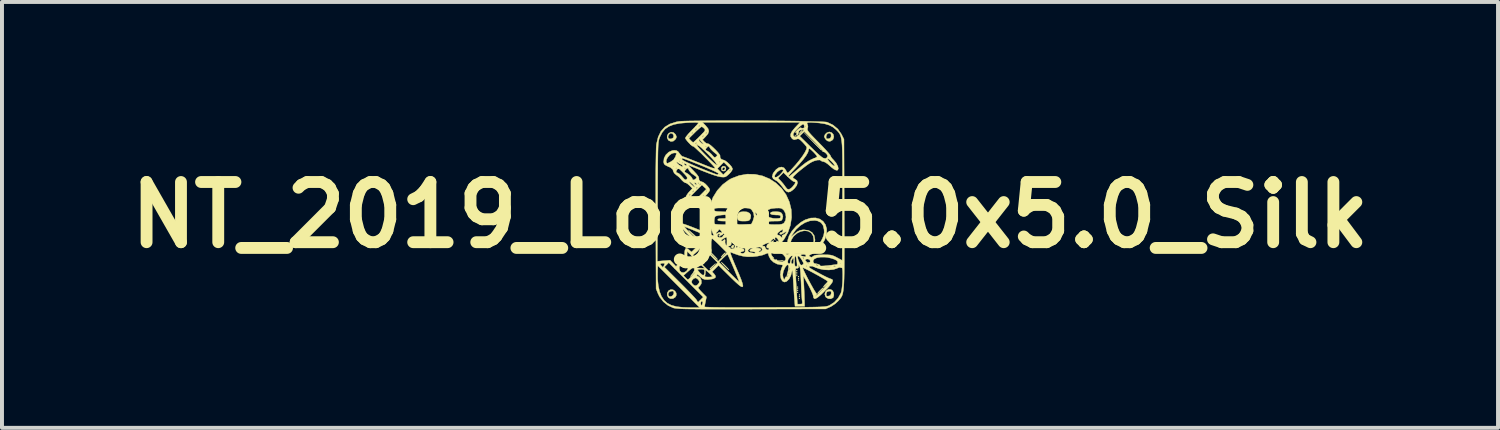
<source format=kicad_pcb>
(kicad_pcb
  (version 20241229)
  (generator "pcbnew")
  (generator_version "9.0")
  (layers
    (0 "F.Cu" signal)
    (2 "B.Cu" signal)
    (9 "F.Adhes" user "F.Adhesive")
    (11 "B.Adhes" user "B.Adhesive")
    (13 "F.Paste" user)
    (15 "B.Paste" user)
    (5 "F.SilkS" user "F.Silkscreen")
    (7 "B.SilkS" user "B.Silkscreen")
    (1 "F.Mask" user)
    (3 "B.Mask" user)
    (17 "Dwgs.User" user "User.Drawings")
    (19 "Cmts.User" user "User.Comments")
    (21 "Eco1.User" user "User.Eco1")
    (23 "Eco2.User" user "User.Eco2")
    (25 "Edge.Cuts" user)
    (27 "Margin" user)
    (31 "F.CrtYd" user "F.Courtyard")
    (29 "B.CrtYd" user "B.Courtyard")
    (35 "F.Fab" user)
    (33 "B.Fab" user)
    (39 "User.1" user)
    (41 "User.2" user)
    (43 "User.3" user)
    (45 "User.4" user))
  (footprint "NT_2019_Logo_5.0x5.0_Silk"
    (layer "F.Cu")
    (at 15.937 2.392)
    (property "Reference" "NT_2019_Logo_5.0x5.0_Silk" (at 0 0 0) (layer "F.SilkS") (effects (font (size 1.524 1.524) (thickness 0.3))))
    (attr through_hole)
    (fp_poly (pts (xy -1.482 1.073) (xy -1.493 1.084) (xy -1.505 1.073) (xy -1.493 1.062) (xy -1.482 1.073)) (stroke (width 0.01) (type solid)) (fill yes) (layer "F.SilkS"))
    (fp_poly (pts (xy 1.195 1.405) (xy 1.184 1.416) (xy 1.173 1.405) (xy 1.184 1.394) (xy 1.195 1.405)) (stroke (width 0.01) (type solid)) (fill yes) (layer "F.SilkS"))
    (fp_poly (pts (xy 1.195 1.449) (xy 1.184 1.46) (xy 1.173 1.449) (xy 1.184 1.438) (xy 1.195 1.449)) (stroke (width 0.01) (type solid)) (fill yes) (layer "F.SilkS"))
    (fp_poly (pts (xy 1.195 1.493) (xy 1.184 1.505) (xy 1.173 1.493) (xy 1.184 1.482) (xy 1.195 1.493)) (stroke (width 0.01) (type solid)) (fill yes) (layer "F.SilkS"))
    (fp_poly (pts (xy 1.195 1.538) (xy 1.184 1.549) (xy 1.173 1.538) (xy 1.184 1.527) (xy 1.195 1.538)) (stroke (width 0.01) (type solid)) (fill yes) (layer "F.SilkS"))
    (fp_poly (pts (xy 1.217 1.825) (xy 1.206 1.836) (xy 1.195 1.825) (xy 1.206 1.814) (xy 1.217 1.825)) (stroke (width 0.01) (type solid)) (fill yes) (layer "F.SilkS"))
    (fp_poly (pts (xy 1.217 1.87) (xy 1.206 1.881) (xy 1.195 1.87) (xy 1.206 1.859) (xy 1.217 1.87)) (stroke (width 0.01) (type solid)) (fill yes) (layer "F.SilkS"))
    (fp_poly (pts (xy 1.217 1.914) (xy 1.206 1.925) (xy 1.195 1.914) (xy 1.206 1.903) (xy 1.217 1.914)) (stroke (width 0.01) (type solid)) (fill yes) (layer "F.SilkS"))
    (fp_poly (pts (xy 1.217 1.958) (xy 1.206 1.969) (xy 1.195 1.958) (xy 1.206 1.947) (xy 1.217 1.958)) (stroke (width 0.01) (type solid)) (fill yes) (layer "F.SilkS"))
    (fp_poly (pts (xy 1.239 1.56) (xy 1.228 1.571) (xy 1.217 1.56) (xy 1.228 1.549) (xy 1.239 1.56)) (stroke (width 0.01) (type solid)) (fill yes) (layer "F.SilkS"))
    (fp_poly (pts (xy 1.239 1.604) (xy 1.228 1.615) (xy 1.217 1.604) (xy 1.228 1.593) (xy 1.239 1.604)) (stroke (width 0.01) (type solid)) (fill yes) (layer "F.SilkS"))
    (fp_poly (pts (xy 1.239 1.648) (xy 1.228 1.659) (xy 1.217 1.648) (xy 1.228 1.637) (xy 1.239 1.648)) (stroke (width 0.01) (type solid)) (fill yes) (layer "F.SilkS"))
    (fp_poly (pts (xy 1.261 2.024) (xy 1.25 2.036) (xy 1.239 2.024) (xy 1.25 2.013) (xy 1.261 2.024)) (stroke (width 0.01) (type solid)) (fill yes) (layer "F.SilkS"))
    (fp_poly (pts (xy 1.261 2.069) (xy 1.25 2.08) (xy 1.239 2.069) (xy 1.25 2.058) (xy 1.261 2.069)) (stroke (width 0.01) (type solid)) (fill yes) (layer "F.SilkS"))
    (fp_poly (pts (xy 1.261 2.113) (xy 1.25 2.124) (xy 1.239 2.113) (xy 1.25 2.102) (xy 1.261 2.113)) (stroke (width 0.01) (type solid)) (fill yes) (layer "F.SilkS"))
    (fp_poly (pts (xy 1.165 -2.006) (xy 1.162 -1.993) (xy 1.151 -1.991) (xy 1.132 -1.999) (xy 1.136 -2.006) (xy 1.162 -2.009) (xy 1.165 -2.006)) (stroke (width 0.01) (type solid)) (fill yes) (layer "F.SilkS"))
    (fp_poly (pts (xy 0.641 0.703) (xy 0.642 0.708) (xy 0.625 0.729) (xy 0.618 0.73) (xy 0.605 0.717) (xy 0.608 0.708) (xy 0.628 0.687) (xy 0.632 0.686) (xy 0.641 0.703)) (stroke (width 0.01) (type solid)) (fill yes) (layer "F.SilkS"))
    (fp_poly (pts (xy 1.319 -2.132) (xy 1.294 -2.102) (xy 1.261 -2.069) (xy 1.243 -2.058) (xy 1.248 -2.071) (xy 1.272 -2.102) (xy 1.305 -2.135) (xy 1.323 -2.146) (xy 1.319 -2.132)) (stroke (width 0.01) (type solid)) (fill yes) (layer "F.SilkS"))
    (fp_poly (pts (xy -0.939 1.3) (xy -0.986 1.35) (xy -1.011 1.37) (xy -1.018 1.365) (xy -1.018 1.365) (xy -1.003 1.347) (xy -0.966 1.311) (xy -0.946 1.293) (xy -0.874 1.228) (xy -0.939 1.3)) (stroke (width 0.01) (type solid)) (fill yes) (layer "F.SilkS"))
    (fp_poly (pts (xy -0.414 0.766) (xy -0.409 0.795) (xy -0.424 0.829) (xy -0.444 0.841) (xy -0.471 0.825) (xy -0.474 0.821) (xy -0.471 0.795) (xy -0.447 0.77) (xy -0.42 0.762) (xy -0.414 0.766)) (stroke (width 0.01) (type solid)) (fill yes) (layer "F.SilkS"))
    (fp_poly (pts (xy -0.708 1.209) (xy -0.667 1.247) (xy -0.62 1.294) (xy -0.571 1.345) (xy -0.54 1.381) (xy -0.533 1.394) (xy -0.553 1.379) (xy -0.594 1.341) (xy -0.642 1.294) (xy -0.69 1.243) (xy -0.721 1.207) (xy -0.728 1.195) (xy -0.708 1.209)) (stroke (width 0.01) (type solid)) (fill yes) (layer "F.SilkS"))
    (fp_poly (pts (xy -0.629 0.965) (xy -0.657 0.999) (xy -0.664 1.007) (xy -0.702 1.044) (xy -0.725 1.062) (xy -0.727 1.062) (xy -0.721 1.048) (xy -0.693 1.014) (xy -0.686 1.007) (xy -0.648 0.969) (xy -0.624 0.952) (xy -0.623 0.951) (xy -0.629 0.965)) (stroke (width 0.01) (type solid)) (fill yes) (layer "F.SilkS"))
    (fp_poly (pts (xy 1.849 1.85) (xy 1.818 1.886) (xy 1.792 1.914) (xy 1.746 1.959) (xy 1.714 1.987) (xy 1.706 1.991) (xy 1.713 1.977) (xy 1.744 1.941) (xy 1.77 1.914) (xy 1.816 1.869) (xy 1.848 1.841) (xy 1.856 1.836) (xy 1.849 1.85)) (stroke (width 0.01) (type solid)) (fill yes) (layer "F.SilkS"))
    (fp_poly (pts (xy 1.587 -1.87) (xy 1.68 -1.78) (xy 1.744 -1.717) (xy 1.785 -1.675) (xy 1.806 -1.651) (xy 1.812 -1.64) (xy 1.808 -1.637) (xy 1.792 -1.652) (xy 1.75 -1.693) (xy 1.688 -1.755) (xy 1.613 -1.832) (xy 1.582 -1.864) (xy 1.361 -2.091) (xy 1.587 -1.87)) (stroke (width 0.01) (type solid)) (fill yes) (layer "F.SilkS"))
    (fp_poly (pts (xy -1.535 0.4) (xy -1.516 0.415) (xy -1.441 0.479) (xy -1.368 0.546) (xy -1.302 0.611) (xy -1.252 0.666) (xy -1.223 0.704) (xy -1.219 0.718) (xy -1.238 0.707) (xy -1.281 0.67) (xy -1.342 0.612) (xy -1.416 0.539) (xy -1.428 0.526) (xy -1.503 0.449) (xy -1.545 0.403) (xy -1.556 0.386) (xy -1.535 0.4)) (stroke (width 0.01) (type solid)) (fill yes) (layer "F.SilkS"))
    (fp_poly (pts (xy -1.13 0.811) (xy -1.087 0.851) (xy -1.027 0.909) (xy -0.974 0.962) (xy -0.907 1.03) (xy -0.856 1.085) (xy -0.825 1.119) (xy -0.82 1.128) (xy -0.839 1.114) (xy -0.882 1.074) (xy -0.942 1.015) (xy -0.996 0.962) (xy -1.062 0.895) (xy -1.113 0.84) (xy -1.144 0.806) (xy -1.149 0.797) (xy -1.13 0.811)) (stroke (width 0.01) (type solid)) (fill yes) (layer "F.SilkS"))
    (fp_poly (pts (xy -0.074 -0.077) (xy -0.009 -0.044) (xy 0.021 0.01) (xy 0.013 0.081) (xy -0.001 0.112) (xy -0.022 0.137) (xy -0.061 0.15) (xy -0.128 0.155) (xy -0.156 0.155) (xy -0.231 0.153) (xy -0.275 0.145) (xy -0.3 0.125) (xy -0.315 0.098) (xy -0.329 0.044) (xy -0.314 -0.007) (xy -0.308 -0.019) (xy -0.279 -0.056) (xy -0.238 -0.076) (xy -0.168 -0.084) (xy -0.074 -0.077)) (stroke (width 0.01) (type solid)) (fill yes) (layer "F.SilkS"))
    (fp_poly (pts (xy -0.619 -1.216) (xy -0.608 -1.173) (xy -0.621 -1.127) (xy -0.658 -1.11) (xy -0.705 -1.118) (xy -0.722 -1.138) (xy -0.724 -1.165) (xy -0.704 -1.165) (xy -0.7 -1.134) (xy -0.671 -1.132) (xy -0.637 -1.154) (xy -0.631 -1.173) (xy -0.644 -1.201) (xy -0.673 -1.203) (xy -0.699 -1.18) (xy -0.704 -1.165) (xy -0.724 -1.165) (xy -0.726 -1.193) (xy -0.7 -1.228) (xy -0.658 -1.235) (xy -0.619 -1.216)) (stroke (width 0.01) (type solid)) (fill yes) (layer "F.SilkS"))
    (fp_poly (pts (xy -1.947 1.894) (xy -1.899 1.927) (xy -1.869 1.976) (xy -1.866 2.032) (xy -1.891 2.079) (xy -1.95 2.117) (xy -2.016 2.119) (xy -2.067 2.089) (xy -2.097 2.032) (xy -2.07 2.032) (xy -2.043 2.063) (xy -2.002 2.065) (xy -1.96 2.043) (xy -1.933 2.001) (xy -1.929 1.984) (xy -1.93 1.941) (xy -1.956 1.926) (xy -1.976 1.925) (xy -2.036 1.941) (xy -2.07 1.982) (xy -2.07 2.032) (xy -2.097 2.032) (xy -2.098 2.031) (xy -2.092 1.965) (xy -2.057 1.913) (xy -2.002 1.887) (xy -1.947 1.894)) (stroke (width 0.01) (type solid)) (fill yes) (layer "F.SilkS"))
    (fp_poly (pts (xy -1.937 -2.087) (xy -1.887 -2.04) (xy -1.883 -2.033) (xy -1.863 -1.986) (xy -1.869 -1.949) (xy -1.888 -1.916) (xy -1.94 -1.87) (xy -2.003 -1.86) (xy -2.063 -1.889) (xy -2.067 -1.893) (xy -2.098 -1.952) (xy -2.095 -1.987) (xy -2.075 -1.987) (xy -2.069 -1.947) (xy -2.033 -1.925) (xy -1.985 -1.929) (xy -1.945 -1.954) (xy -1.935 -1.972) (xy -1.936 -2.022) (xy -1.964 -2.06) (xy -2.008 -2.071) (xy -2.02 -2.067) (xy -2.056 -2.035) (xy -2.075 -1.987) (xy -2.095 -1.987) (xy -2.093 -2.018) (xy -2.059 -2.067) (xy -1.999 -2.097) (xy -1.937 -2.087)) (stroke (width 0.01) (type solid)) (fill yes) (layer "F.SilkS"))
    (fp_poly (pts (xy 2.049 1.888) (xy 2.089 1.915) (xy 2.117 1.967) (xy 2.122 2.032) (xy 2.106 2.088) (xy 2.097 2.097) (xy 2.044 2.123) (xy 1.981 2.119) (xy 1.926 2.087) (xy 1.914 2.072) (xy 1.904 2.042) (xy 1.928 2.042) (xy 1.95 2.056) (xy 1.984 2.054) (xy 2.032 2.039) (xy 2.052 1.999) (xy 2.054 1.984) (xy 2.054 1.94) (xy 2.032 1.927) (xy 1.998 1.929) (xy 1.951 1.944) (xy 1.931 1.984) (xy 1.929 1.998) (xy 1.928 2.042) (xy 1.904 2.042) (xy 1.893 2.009) (xy 1.905 1.952) (xy 1.941 1.907) (xy 1.992 1.883) (xy 2.049 1.888)) (stroke (width 0.01) (type solid)) (fill yes) (layer "F.SilkS"))
    (fp_poly (pts (xy 2.069 -2.084) (xy 2.109 -2.038) (xy 2.122 -1.979) (xy 2.104 -1.919) (xy 2.084 -1.895) (xy 2.023 -1.862) (xy 1.964 -1.873) (xy 1.925 -1.903) (xy 1.892 -1.95) (xy 1.884 -1.976) (xy 1.925 -1.976) (xy 1.932 -1.938) (xy 1.961 -1.927) (xy 1.986 -1.929) (xy 2.033 -1.945) (xy 2.052 -1.987) (xy 2.054 -1.997) (xy 2.047 -2.052) (xy 2.026 -2.071) (xy 1.978 -2.07) (xy 1.941 -2.035) (xy 1.925 -1.978) (xy 1.925 -1.976) (xy 1.884 -1.976) (xy 1.881 -1.988) (xy 1.9 -2.04) (xy 1.947 -2.083) (xy 2.005 -2.102) (xy 2.008 -2.102) (xy 2.069 -2.084)) (stroke (width 0.01) (type solid)) (fill yes) (layer "F.SilkS"))
    (fp_poly (pts (xy -0.28 -2.387) (xy -0.028 -2.386) (xy 0.225 -2.385) (xy 0.476 -2.383) (xy 0.721 -2.381) (xy 0.955 -2.379) (xy 1.174 -2.376) (xy 1.374 -2.372) (xy 1.551 -2.368) (xy 1.702 -2.364) (xy 1.82 -2.36) (xy 1.904 -2.355) (xy 1.948 -2.35) (xy 1.951 -2.349) (xy 2.1 -2.278) (xy 2.223 -2.176) (xy 2.312 -2.048) (xy 2.378 -1.917) (xy 2.385 -0.035) (xy 2.386 0.31) (xy 2.387 0.614) (xy 2.387 0.879) (xy 2.387 1.109) (xy 2.386 1.306) (xy 2.384 1.473) (xy 2.381 1.614) (xy 2.376 1.73) (xy 2.37 1.825) (xy 2.362 1.902) (xy 2.352 1.963) (xy 2.34 2.012) (xy 2.326 2.051) (xy 2.308 2.083) (xy 2.289 2.112) (xy 2.266 2.139) (xy 2.239 2.169) (xy 2.232 2.177) (xy 2.153 2.249) (xy 2.06 2.311) (xy 2.031 2.326) (xy 1.914 2.378) (xy 0.044 2.383) (xy -0.291 2.383) (xy -0.586 2.384) (xy -0.842 2.384) (xy -1.062 2.383) (xy -1.25 2.383) (xy -1.408 2.381) (xy -1.539 2.38) (xy -1.646 2.378) (xy -1.732 2.375) (xy -1.8 2.371) (xy -1.852 2.367) (xy -1.892 2.362) (xy -1.923 2.357) (xy -1.943 2.352) (xy -2.075 2.291) (xy -2.193 2.196) (xy -2.287 2.076) (xy -2.327 1.996) (xy -2.378 1.87) (xy -2.38 1.443) (xy -2.341 1.443) (xy -2.34 1.623) (xy -2.322 1.792) (xy -2.289 1.941) (xy -2.243 2.059) (xy -2.241 2.063) (xy -2.176 2.159) (xy -2.095 2.232) (xy -1.992 2.285) (xy -1.863 2.32) (xy -1.701 2.339) (xy -1.538 2.344) (xy -1.273 2.345) (xy -1.398 2.22) (xy -1.249 2.22) (xy -1.246 2.255) (xy -1.234 2.289) (xy -1.22 2.283) (xy -1.212 2.27) (xy -1.198 2.222) (xy -1.199 2.201) (xy -1.218 2.182) (xy -1.233 2.186) (xy -1.249 2.22) (xy -1.398 2.22) (xy -1.803 1.814) (xy -2.334 1.283) (xy -2.341 1.443) (xy -2.38 1.443) (xy -2.381 1.24) (xy -2.272 1.24) (xy -2.263 1.263) (xy -2.244 1.285) (xy -2.204 1.329) (xy -2.198 1.318) (xy -2.169 1.318) (xy -1.78 1.705) (xy -1.67 1.815) (xy -1.57 1.917) (xy -1.483 2.008) (xy -1.414 2.081) (xy -1.369 2.132) (xy -1.354 2.152) (xy -1.318 2.213) (xy -1.184 2.079) (xy -1.571 1.693) (xy -1.482 1.693) (xy -1.465 1.736) (xy -1.425 1.776) (xy -1.383 1.792) (xy -1.344 1.778) (xy -1.318 1.757) (xy -1.29 1.717) (xy -1.283 1.693) (xy -1.301 1.649) (xy -1.341 1.609) (xy -1.383 1.593) (xy -1.426 1.611) (xy -1.466 1.651) (xy -1.482 1.693) (xy -1.571 1.693) (xy -1.621 1.643) (xy -1.731 1.533) (xy -1.684 1.533) (xy -1.634 1.585) (xy -1.597 1.621) (xy -1.572 1.637) (xy -1.572 1.637) (xy -1.551 1.622) (xy -1.509 1.583) (xy -1.454 1.528) (xy -1.452 1.525) (xy -1.35 1.525) (xy -1.331 1.548) (xy -1.308 1.559) (xy -1.261 1.594) (xy -1.233 1.654) (xy -1.23 1.721) (xy -1.24 1.751) (xy -1.273 1.798) (xy -1.3 1.822) (xy -1.311 1.839) (xy -1.298 1.867) (xy -1.259 1.914) (xy -1.217 1.958) (xy -1.102 2.075) (xy -1.126 2.189) (xy -1.14 2.258) (xy -1.149 2.309) (xy -1.151 2.325) (xy -1.129 2.33) (xy -1.063 2.333) (xy -0.955 2.337) (xy -0.805 2.339) (xy -0.614 2.341) (xy -0.383 2.342) (xy -0.112 2.342) (xy 0.197 2.341) (xy 0.382 2.34) (xy 0.679 2.339) (xy 0.936 2.338) (xy 1.155 2.337) (xy 1.339 2.335) (xy 1.493 2.334) (xy 1.618 2.332) (xy 1.719 2.329) (xy 1.799 2.326) (xy 1.86 2.322) (xy 1.907 2.318) (xy 1.942 2.312) (xy 1.969 2.305) (xy 1.991 2.298) (xy 2.011 2.289) (xy 2.013 2.288) (xy 2.132 2.211) (xy 2.231 2.103) (xy 2.3 1.977) (xy 2.311 1.944) (xy 2.323 1.884) (xy 2.333 1.802) (xy 2.341 1.706) (xy 2.345 1.606) (xy 2.346 1.51) (xy 2.344 1.427) (xy 2.339 1.367) (xy 2.33 1.338) (xy 2.325 1.338) (xy 2.296 1.336) (xy 2.292 1.33) (xy 2.266 1.327) (xy 2.218 1.343) (xy 2.196 1.354) (xy 2.109 1.381) (xy 1.996 1.392) (xy 1.873 1.386) (xy 1.756 1.364) (xy 1.663 1.33) (xy 1.629 1.316) (xy 1.879 1.316) (xy 1.901 1.319) (xy 1.957 1.321) (xy 1.958 1.321) (xy 2.017 1.32) (xy 2.043 1.316) (xy 2.03 1.312) (xy 1.963 1.308) (xy 1.898 1.311) (xy 1.879 1.316) (xy 1.629 1.316) (xy 1.591 1.3) (xy 2.112 1.3) (xy 2.133 1.304) (xy 2.162 1.3) (xy 2.162 1.292) (xy 2.133 1.287) (xy 2.12 1.29) (xy 2.112 1.3) (xy 1.591 1.3) (xy 1.587 1.298) (xy 1.53 1.295) (xy 1.513 1.299) (xy 1.495 1.308) (xy 1.494 1.321) (xy 1.515 1.341) (xy 1.563 1.372) (xy 1.642 1.417) (xy 1.72 1.46) (xy 1.821 1.515) (xy 1.913 1.562) (xy 1.986 1.596) (xy 2.031 1.614) (xy 2.035 1.615) (xy 2.078 1.631) (xy 2.095 1.657) (xy 2.085 1.698) (xy 2.045 1.757) (xy 1.975 1.838) (xy 1.9 1.916) (xy 1.797 2.017) (xy 1.718 2.083) (xy 1.662 2.117) (xy 1.626 2.119) (xy 1.606 2.09) (xy 1.602 2.056) (xy 1.591 2.014) (xy 1.562 1.945) (xy 1.52 1.856) (xy 1.474 1.768) (xy 1.348 1.538) (xy 1.359 1.704) (xy 1.365 1.804) (xy 1.371 1.927) (xy 1.376 2.051) (xy 1.377 2.091) (xy 1.383 2.312) (xy 1.139 2.312) (xy 1.124 2.113) (xy 1.116 2.009) (xy 1.108 1.878) (xy 1.099 1.739) (xy 1.092 1.626) (xy 1.085 1.511) (xy 1.078 1.437) (xy 1.072 1.409) (xy 1.153 1.409) (xy 1.153 1.462) (xy 1.157 1.54) (xy 1.162 1.646) (xy 1.171 1.786) (xy 1.182 1.964) (xy 1.186 2.041) (xy 1.2 2.257) (xy 1.265 2.257) (xy 1.308 2.254) (xy 1.324 2.236) (xy 1.322 2.191) (xy 1.319 2.174) (xy 1.314 2.124) (xy 1.308 2.039) (xy 1.302 1.929) (xy 1.296 1.804) (xy 1.293 1.715) (xy 1.287 1.589) (xy 1.28 1.479) (xy 1.273 1.391) (xy 1.266 1.335) (xy 1.335 1.335) (xy 1.34 1.358) (xy 1.363 1.411) (xy 1.4 1.488) (xy 1.446 1.579) (xy 1.497 1.676) (xy 1.55 1.773) (xy 1.599 1.861) (xy 1.641 1.931) (xy 1.672 1.977) (xy 1.686 1.991) (xy 1.694 2.004) (xy 1.682 2.024) (xy 1.657 2.057) (xy 1.66 2.059) (xy 1.69 2.033) (xy 1.743 1.981) (xy 1.818 1.906) (xy 1.859 1.864) (xy 1.921 1.8) (xy 1.961 1.757) (xy 1.975 1.74) (xy 1.961 1.75) (xy 1.953 1.758) (xy 1.903 1.801) (xy 1.869 1.823) (xy 1.859 1.823) (xy 1.873 1.793) (xy 1.909 1.752) (xy 1.914 1.748) (xy 1.951 1.709) (xy 1.969 1.683) (xy 1.969 1.682) (xy 1.951 1.666) (xy 1.902 1.634) (xy 1.829 1.591) (xy 1.741 1.541) (xy 1.646 1.489) (xy 1.551 1.437) (xy 1.464 1.392) (xy 1.394 1.358) (xy 1.349 1.337) (xy 1.335 1.335) (xy 1.266 1.335) (xy 1.266 1.335) (xy 1.261 1.316) (xy 1.249 1.294) (xy 1.416 1.294) (xy 1.427 1.305) (xy 1.438 1.294) (xy 1.427 1.283) (xy 1.416 1.294) (xy 1.249 1.294) (xy 1.239 1.276) (xy 1.233 1.261) (xy 1.228 1.255) (xy 1.23 1.286) (xy 1.23 1.289) (xy 1.23 1.333) (xy 1.206 1.349) (xy 1.192 1.35) (xy 1.178 1.349) (xy 1.168 1.35) (xy 1.16 1.357) (xy 1.155 1.375) (xy 1.153 1.409) (xy 1.072 1.409) (xy 1.072 1.405) (xy 1.065 1.412) (xy 1.062 1.427) (xy 1.034 1.533) (xy 0.988 1.621) (xy 0.931 1.678) (xy 0.916 1.686) (xy 0.871 1.699) (xy 0.834 1.683) (xy 0.814 1.665) (xy 0.782 1.606) (xy 0.769 1.522) (xy 0.769 1.514) (xy 0.828 1.514) (xy 0.839 1.588) (xy 0.843 1.597) (xy 0.869 1.647) (xy 0.888 1.596) (xy 0.909 1.563) (xy 0.928 1.559) (xy 0.956 1.555) (xy 0.964 1.546) (xy 0.968 1.53) (xy 0.951 1.538) (xy 0.932 1.543) (xy 0.938 1.515) (xy 0.938 1.514) (xy 0.951 1.471) (xy 0.974 1.471) (xy 0.985 1.482) (xy 0.996 1.471) (xy 0.985 1.46) (xy 0.974 1.471) (xy 0.951 1.471) (xy 0.952 1.467) (xy 0.967 1.397) (xy 0.972 1.366) (xy 0.973 1.359) (xy 0.997 1.359) (xy 1.001 1.388) (xy 1.009 1.388) (xy 1.014 1.358) (xy 1.011 1.346) (xy 1.001 1.337) (xy 0.997 1.359) (xy 0.973 1.359) (xy 0.977 1.294) (xy 0.963 1.261) (xy 0.935 1.269) (xy 0.894 1.318) (xy 0.887 1.33) (xy 0.844 1.423) (xy 0.828 1.514) (xy 0.769 1.514) (xy 0.775 1.429) (xy 0.801 1.341) (xy 0.807 1.329) (xy 0.829 1.283) (xy 0.826 1.265) (xy 0.796 1.261) (xy 0.787 1.261) (xy 0.688 1.243) (xy 0.595 1.195) (xy 0.521 1.125) (xy 0.478 1.043) (xy 0.474 1.026) (xy 0.469 1.007) (xy 0.537 1.007) (xy 0.576 1.063) (xy 0.582 1.069) (xy 0.609 1.096) (xy 0.604 1.096) (xy 0.587 1.084) (xy 0.557 1.063) (xy 0.557 1.068) (xy 0.583 1.099) (xy 0.626 1.132) (xy 0.658 1.134) (xy 0.682 1.132) (xy 0.68 1.142) (xy 0.691 1.154) (xy 0.736 1.158) (xy 0.76 1.158) (xy 0.852 1.154) (xy 0.774 1.171) (xy 0.727 1.183) (xy 0.72 1.189) (xy 0.751 1.191) (xy 0.759 1.192) (xy 0.822 1.186) (xy 0.824 1.185) (xy 0.951 1.185) (xy 0.966 1.224) (xy 0.997 1.239) (xy 1.015 1.213) (xy 1.015 1.213) (xy 1.043 1.213) (xy 1.063 1.238) (xy 1.073 1.239) (xy 1.097 1.224) (xy 1.105 1.174) (xy 1.106 1.157) (xy 1.128 1.157) (xy 1.13 1.238) (xy 1.137 1.284) (xy 1.151 1.303) (xy 1.164 1.305) (xy 1.184 1.299) (xy 1.192 1.274) (xy 1.189 1.221) (xy 1.184 1.178) (xy 1.17 1.089) (xy 1.165 1.073) (xy 1.204 1.073) (xy 1.218 1.125) (xy 1.251 1.209) (xy 1.252 1.212) (xy 1.276 1.26) (xy 1.299 1.272) (xy 1.325 1.262) (xy 1.343 1.251) (xy 1.669 1.251) (xy 1.671 1.261) (xy 1.694 1.28) (xy 1.72 1.283) (xy 1.726 1.275) (xy 1.708 1.26) (xy 1.691 1.253) (xy 1.669 1.251) (xy 1.343 1.251) (xy 1.35 1.247) (xy 1.355 1.228) (xy 1.46 1.228) (xy 1.471 1.239) (xy 1.482 1.228) (xy 1.471 1.217) (xy 1.46 1.228) (xy 1.355 1.228) (xy 1.355 1.227) (xy 1.341 1.191) (xy 1.321 1.155) (xy 1.395 1.155) (xy 1.411 1.166) (xy 1.431 1.184) (xy 1.429 1.191) (xy 1.441 1.202) (xy 1.473 1.206) (xy 1.517 1.193) (xy 1.523 1.178) (xy 1.597 1.178) (xy 1.615 1.218) (xy 1.637 1.23) (xy 1.696 1.239) (xy 1.745 1.254) (xy 1.773 1.271) (xy 1.77 1.283) (xy 1.775 1.29) (xy 1.815 1.292) (xy 1.882 1.289) (xy 1.969 1.281) (xy 2.065 1.27) (xy 2.08 1.267) (xy 2.145 1.259) (xy 2.192 1.253) (xy 2.201 1.252) (xy 2.219 1.236) (xy 2.219 1.228) (xy 2.279 1.228) (xy 2.29 1.239) (xy 2.301 1.228) (xy 2.29 1.217) (xy 2.279 1.228) (xy 2.219 1.228) (xy 2.218 1.187) (xy 2.216 1.177) (xy 2.191 1.15) (xy 2.134 1.121) (xy 2.055 1.095) (xy 1.966 1.075) (xy 1.903 1.068) (xy 1.787 1.067) (xy 1.694 1.083) (xy 1.628 1.113) (xy 1.598 1.156) (xy 1.597 1.178) (xy 1.523 1.178) (xy 1.527 1.169) (xy 1.508 1.133) (xy 1.467 1.114) (xy 1.423 1.118) (xy 1.408 1.129) (xy 1.395 1.155) (xy 1.321 1.155) (xy 1.313 1.14) (xy 1.275 1.083) (xy 1.257 1.064) (xy 1.334 1.064) (xy 1.338 1.086) (xy 1.34 1.091) (xy 1.358 1.118) (xy 1.368 1.118) (xy 1.365 1.095) (xy 1.352 1.078) (xy 1.334 1.064) (xy 1.257 1.064) (xy 1.24 1.047) (xy 1.225 1.04) (xy 1.206 1.047) (xy 1.204 1.073) (xy 1.165 1.073) (xy 1.156 1.041) (xy 1.142 1.034) (xy 1.133 1.069) (xy 1.128 1.146) (xy 1.128 1.157) (xy 1.106 1.157) (xy 1.106 1.156) (xy 1.104 1.104) (xy 1.096 1.091) (xy 1.078 1.109) (xy 1.072 1.116) (xy 1.046 1.168) (xy 1.043 1.213) (xy 1.015 1.213) (xy 1.018 1.189) (xy 1.03 1.132) (xy 1.053 1.088) (xy 1.078 1.042) (xy 1.072 1.026) (xy 1.042 1.04) (xy 1.008 1.07) (xy 0.965 1.129) (xy 0.951 1.185) (xy 0.824 1.185) (xy 0.864 1.172) (xy 0.9 1.135) (xy 0.902 1.089) (xy 0.875 1.039) (xy 0.852 1.016) (xy 1.283 1.016) (xy 1.291 1.031) (xy 1.322 1.043) (xy 1.385 1.056) (xy 1.399 1.059) (xy 1.414 1.044) (xy 1.416 1.029) (xy 1.396 1.002) (xy 1.35 0.996) (xy 1.303 1.002) (xy 1.283 1.016) (xy 1.283 1.016) (xy 0.852 1.016) (xy 0.828 0.992) (xy 0.766 0.952) (xy 0.697 0.926) (xy 0.627 0.921) (xy 0.584 0.93) (xy 0.54 0.962) (xy 0.537 1.007) (xy 0.469 1.007) (xy 0.462 0.977) (xy 0.444 0.965) (xy 0.406 0.98) (xy 0.401 0.983) (xy 0.311 1.017) (xy 0.192 1.042) (xy 0.063 1.056) (xy -0.062 1.057) (xy -0.085 1.056) (xy -0.186 1.042) (xy -0.288 1.017) (xy -0.404 0.977) (xy -0.49 0.942) (xy -0.497 0.951) (xy -0.487 0.995) (xy -0.458 1.074) (xy -0.411 1.19) (xy -0.352 1.329) (xy -0.278 1.503) (xy -0.224 1.638) (xy -0.191 1.735) (xy -0.179 1.796) (xy -0.19 1.821) (xy -0.225 1.813) (xy -0.283 1.771) (xy -0.366 1.697) (xy -0.475 1.593) (xy -0.511 1.557) (xy -0.797 1.274) (xy -0.96 1.437) (xy -0.909 1.492) (xy -0.872 1.546) (xy -0.878 1.586) (xy -0.926 1.614) (xy -0.966 1.623) (xy -1.07 1.636) (xy -1.145 1.633) (xy -1.2 1.613) (xy -1.249 1.572) (xy -1.25 1.571) (xy -1.265 1.558) (xy -1.143 1.558) (xy -1.117 1.568) (xy -1.057 1.571) (xy -1.053 1.571) (xy -0.994 1.568) (xy -0.958 1.56) (xy -0.953 1.554) (xy -0.97 1.532) (xy -1.01 1.492) (xy -1.042 1.463) (xy -1.128 1.389) (xy -1.128 1.445) (xy -1.134 1.503) (xy -1.142 1.536) (xy -1.143 1.558) (xy -1.265 1.558) (xy -1.305 1.52) (xy -1.339 1.505) (xy -1.35 1.525) (xy -1.452 1.525) (xy -1.448 1.521) (xy -1.4 1.469) (xy -1.382 1.447) (xy -1.393 1.455) (xy -1.425 1.483) (xy -1.512 1.56) (xy -1.45 1.477) (xy -1.414 1.415) (xy -1.408 1.387) (xy -1.328 1.387) (xy -1.313 1.411) (xy -1.278 1.454) (xy -1.257 1.476) (xy -1.205 1.52) (xy -1.172 1.524) (xy -1.155 1.487) (xy -1.151 1.433) (xy -1.155 1.394) (xy -1.175 1.376) (xy -1.225 1.372) (xy -1.239 1.372) (xy -1.294 1.375) (xy -1.325 1.384) (xy -1.328 1.387) (xy -1.408 1.387) (xy -1.403 1.363) (xy -1.413 1.34) (xy -1.367 1.34) (xy -1.145 1.35) (xy -1.242 1.263) (xy -1.294 1.218) (xy -1.33 1.188) (xy -1.341 1.18) (xy -1.346 1.202) (xy -1.354 1.251) (xy -1.355 1.262) (xy -1.367 1.34) (xy -1.413 1.34) (xy -1.417 1.332) (xy -1.435 1.328) (xy -1.461 1.341) (xy -1.508 1.378) (xy -1.568 1.429) (xy -1.57 1.43) (xy -1.684 1.533) (xy -1.731 1.533) (xy -1.914 1.35) (xy -1.792 1.35) (xy -1.775 1.416) (xy -1.733 1.454) (xy -1.675 1.458) (xy -1.613 1.425) (xy -1.611 1.424) (xy -1.574 1.367) (xy -1.574 1.309) (xy -1.607 1.263) (xy -1.667 1.24) (xy -1.682 1.239) (xy -1.749 1.255) (xy -1.785 1.302) (xy -1.792 1.35) (xy -1.914 1.35) (xy -2.057 1.206) (xy -2.169 1.318) (xy -2.198 1.318) (xy -2.177 1.279) (xy -2.161 1.24) (xy -2.172 1.224) (xy -2.182 1.221) (xy -2.232 1.222) (xy -2.25 1.227) (xy -2.272 1.24) (xy -2.381 1.24) (xy -2.381 1.172) (xy -2.348 1.172) (xy -2.024 1.146) (xy -1.874 1.303) (xy -1.813 1.238) (xy -1.76 1.195) (xy -1.709 1.173) (xy -1.7 1.173) (xy -1.67 1.169) (xy -1.656 1.151) (xy -1.655 1.145) (xy -1.571 1.145) (xy -1.557 1.163) (xy -1.522 1.204) (xy -1.488 1.242) (xy -1.405 1.334) (xy -1.391 1.27) (xy -1.38 1.212) (xy -1.374 1.173) (xy -1.385 1.151) (xy -1.425 1.141) (xy -1.471 1.139) (xy -1.531 1.141) (xy -1.566 1.143) (xy -1.571 1.145) (xy -1.655 1.145) (xy -1.653 1.108) (xy -1.653 1.106) (xy -1.593 1.106) (xy -1.505 1.106) (xy -1.449 1.105) (xy -1.418 1.101) (xy -1.416 1.1) (xy -1.43 1.082) (xy -1.468 1.043) (xy -1.492 1.019) (xy -1.447 1.019) (xy -1.25 1.217) (xy -1.174 1.292) (xy -1.11 1.354) (xy -1.064 1.398) (xy -1.042 1.416) (xy -1.041 1.416) (xy -1.021 1.402) (xy -0.979 1.364) (xy -0.924 1.312) (xy -0.818 1.207) (xy -0.831 1.195) (xy -0.785 1.195) (xy -0.532 1.448) (xy -0.446 1.533) (xy -0.373 1.605) (xy -0.316 1.659) (xy -0.281 1.69) (xy -0.272 1.696) (xy -0.279 1.674) (xy -0.3 1.619) (xy -0.333 1.537) (xy -0.376 1.435) (xy -0.412 1.348) (xy -0.461 1.234) (xy -0.504 1.136) (xy -0.539 1.058) (xy -0.561 1.01) (xy -0.568 0.997) (xy -0.587 1.006) (xy -0.627 1.04) (xy -0.681 1.091) (xy -0.785 1.195) (xy -0.831 1.195) (xy -1.023 1.002) (xy -1.1 0.925) (xy -1.167 0.862) (xy -1.216 0.817) (xy -1.242 0.797) (xy -1.243 0.797) (xy -1.182 0.797) (xy -0.995 0.985) (xy -0.808 1.173) (xy -0.587 0.952) (xy -0.743 0.795) (xy -0.553 0.795) (xy -0.535 0.816) (xy -0.519 0.819) (xy -0.496 0.83) (xy -0.499 0.842) (xy -0.493 0.858) (xy -0.45 0.859) (xy -0.399 0.842) (xy -0.383 0.809) (xy -0.354 0.809) (xy -0.343 0.832) (xy -0.332 0.83) (xy -0.319 0.812) (xy -0.281 0.812) (xy -0.241 0.829) (xy -0.216 0.836) (xy -0.164 0.86) (xy -0.145 0.889) (xy -0.161 0.915) (xy -0.194 0.925) (xy -0.236 0.94) (xy -0.238 0.96) (xy -0.202 0.973) (xy -0.188 0.974) (xy -0.143 0.961) (xy -0.119 0.915) (xy -0.119 0.915) (xy -0.119 0.908) (xy -0.055 0.908) (xy -0.035 0.935) (xy 0.019 0.953) (xy 0.022 0.954) (xy 0.078 0.964) (xy 0.114 0.97) (xy 0.116 0.971) (xy 0.132 0.957) (xy 0.133 0.951) (xy 0.114 0.936) (xy 0.068 0.929) (xy 0.009 0.921) (xy -0.009 0.9) (xy 0.016 0.869) (xy 0.046 0.851) (xy 0.067 0.838) (xy 0.144 0.838) (xy 0.203 0.839) (xy 0.254 0.849) (xy 0.279 0.869) (xy 0.271 0.891) (xy 0.256 0.899) (xy 0.226 0.921) (xy 0.221 0.932) (xy 0.237 0.94) (xy 0.266 0.929) (xy 0.301 0.899) (xy 0.31 0.876) (xy 0.292 0.831) (xy 0.247 0.81) (xy 0.196 0.817) (xy 0.144 0.838) (xy 0.067 0.838) (xy 0.088 0.825) (xy 0.104 0.805) (xy 0.103 0.803) (xy 0.076 0.804) (xy 0.032 0.825) (xy -0.014 0.857) (xy -0.047 0.89) (xy -0.055 0.908) (xy -0.119 0.908) (xy -0.123 0.855) (xy -0.162 0.814) (xy -0.231 0.797) (xy -0.237 0.797) (xy -0.28 0.801) (xy -0.281 0.812) (xy -0.319 0.812) (xy -0.311 0.801) (xy -0.31 0.795) (xy -0.321 0.782) (xy 0.31 0.782) (xy 0.326 0.792) (xy 0.343 0.789) (xy 0.371 0.791) (xy 0.376 0.804) (xy 0.391 0.842) (xy 0.423 0.876) (xy 0.445 0.885) (xy 0.478 0.878) (xy 0.496 0.872) (xy 0.529 0.849) (xy 0.523 0.832) (xy 0.486 0.83) (xy 0.476 0.832) (xy 0.435 0.836) (xy 0.421 0.814) (xy 0.42 0.798) (xy 0.434 0.755) (xy 0.454 0.738) (xy 0.483 0.717) (xy 0.487 0.707) (xy 0.469 0.704) (xy 0.424 0.716) (xy 0.398 0.726) (xy 0.345 0.753) (xy 0.313 0.776) (xy 0.31 0.782) (xy -0.321 0.782) (xy -0.327 0.775) (xy -0.332 0.774) (xy -0.351 0.792) (xy -0.354 0.809) (xy -0.383 0.809) (xy -0.38 0.802) (xy -0.388 0.748) (xy -0.406 0.719) (xy -0.441 0.694) (xy -0.47 0.686) (xy -0.48 0.698) (xy -0.475 0.709) (xy -0.475 0.741) (xy -0.496 0.773) (xy -0.524 0.787) (xy -0.534 0.784) (xy -0.552 0.788) (xy -0.553 0.795) (xy -0.743 0.795) (xy -0.763 0.775) (xy -0.836 0.704) (xy -0.898 0.646) (xy -0.899 0.645) (xy -0.73 0.645) (xy -0.716 0.663) (xy -0.688 0.656) (xy -0.675 0.642) (xy -0.648 0.619) (xy -0.629 0.632) (xy -0.631 0.665) (xy -0.631 0.706) (xy -0.616 0.749) (xy -0.593 0.774) (xy -0.589 0.774) (xy -0.587 0.754) (xy -0.585 0.704) (xy -0.585 0.683) (xy 0.523 0.683) (xy 0.549 0.675) (xy 0.567 0.662) (xy 0.593 0.644) (xy 0.594 0.659) (xy 0.588 0.68) (xy 0.582 0.737) (xy 0.606 0.768) (xy 0.638 0.769) (xy 0.666 0.744) (xy 0.67 0.7) (xy 0.671 0.659) (xy 0.684 0.655) (xy 0.698 0.665) (xy 0.724 0.678) (xy 0.728 0.662) (xy 0.708 0.621) (xy 0.695 0.602) (xy 0.661 0.569) (xy 0.635 0.569) (xy 0.63 0.601) (xy 0.634 0.615) (xy 0.639 0.639) (xy 0.626 0.624) (xy 0.623 0.62) (xy 0.601 0.601) (xy 0.574 0.613) (xy 0.554 0.629) (xy 0.524 0.666) (xy 0.523 0.683) (xy -0.585 0.683) (xy -0.584 0.663) (xy -0.586 0.601) (xy -0.591 0.564) (xy -0.596 0.559) (xy -0.623 0.573) (xy -0.669 0.596) (xy -0.712 0.623) (xy -0.73 0.645) (xy -0.73 0.645) (xy -0.899 0.645) (xy -0.943 0.609) (xy -0.963 0.597) (xy -0.99 0.612) (xy -1.036 0.651) (xy -1.084 0.697) (xy -1.182 0.797) (xy -1.243 0.797) (xy -1.244 0.797) (xy -1.259 0.814) (xy -1.261 0.828) (xy -1.277 0.859) (xy -1.317 0.905) (xy -1.354 0.939) (xy -1.447 1.019) (xy -1.492 1.019) (xy -1.505 1.007) (xy -1.593 0.92) (xy -1.593 1.106) (xy -1.653 1.106) (xy -1.656 1.061) (xy -1.657 0.96) (xy -1.647 0.887) (xy -1.625 0.846) (xy -1.611 0.841) (xy -1.578 0.855) (xy -1.534 0.889) (xy -1.533 0.889) (xy -1.482 0.938) (xy -1.393 0.851) (xy -1.305 0.765) (xy -1.548 0.52) (xy -1.632 0.435) (xy -1.704 0.358) (xy -1.757 0.297) (xy -1.76 0.294) (xy -1.659 0.294) (xy -1.656 0.304) (xy -1.626 0.341) (xy -1.573 0.399) (xy -1.503 0.474) (xy -1.45 0.528) (xy -1.366 0.612) (xy -1.293 0.684) (xy -1.236 0.738) (xy -1.202 0.769) (xy -1.194 0.774) (xy -1.173 0.76) (xy -1.132 0.722) (xy -1.085 0.675) (xy -1.036 0.623) (xy -1.004 0.584) (xy -0.997 0.568) (xy -1.019 0.557) (xy -1.073 0.534) (xy -1.095 0.525) (xy -0.828 0.525) (xy -0.826 0.544) (xy -0.8 0.565) (xy -0.755 0.571) (xy -0.711 0.563) (xy -0.687 0.543) (xy -0.686 0.537) (xy -0.671 0.511) (xy -0.662 0.509) (xy -0.65 0.495) (xy -0.655 0.482) (xy -0.658 0.48) (xy 0.688 0.48) (xy 0.694 0.504) (xy 0.716 0.509) (xy 0.755 0.524) (xy 0.774 0.542) (xy 0.802 0.57) (xy 0.813 0.575) (xy 0.816 0.559) (xy 0.811 0.542) (xy 0.813 0.514) (xy 0.827 0.509) (xy 0.863 0.494) (xy 0.896 0.465) (xy 0.921 0.431) (xy 0.914 0.423) (xy 0.877 0.44) (xy 0.842 0.464) (xy 0.788 0.492) (xy 0.758 0.485) (xy 0.752 0.461) (xy 0.77 0.445) (xy 0.785 0.443) (xy 0.815 0.437) (xy 0.819 0.433) (xy 0.826 0.407) (xy 0.833 0.387) (xy 0.835 0.368) (xy 0.815 0.373) (xy 0.767 0.401) (xy 0.713 0.444) (xy 0.688 0.48) (xy -0.658 0.48) (xy -0.672 0.467) (xy -0.681 0.482) (xy -0.708 0.507) (xy -0.721 0.509) (xy -0.749 0.522) (xy -0.752 0.532) (xy -0.766 0.544) (xy -0.779 0.539) (xy -0.794 0.523) (xy -0.779 0.514) (xy -0.762 0.493) (xy -0.765 0.484) (xy -0.788 0.475) (xy -0.813 0.493) (xy -0.828 0.525) (xy -1.095 0.525) (xy -1.152 0.501) (xy -1.246 0.462) (xy -1.348 0.42) (xy -1.448 0.378) (xy -1.539 0.342) (xy -1.612 0.312) (xy -1.658 0.294) (xy -1.659 0.294) (xy -1.76 0.294) (xy -1.787 0.258) (xy -1.792 0.248) (xy -1.79 0.229) (xy -1.78 0.217) (xy -1.76 0.212) (xy -1.726 0.217) (xy -1.673 0.231) (xy -1.6 0.256) (xy -1.501 0.293) (xy -1.373 0.343) (xy -1.214 0.409) (xy -1.018 0.489) (xy -0.933 0.525) (xy -0.918 0.523) (xy -0.927 0.491) (xy -0.939 0.467) (xy -0.863 0.467) (xy -0.848 0.473) (xy -0.815 0.455) (xy -0.769 0.434) (xy -0.737 0.446) (xy -0.712 0.458) (xy -0.709 0.443) (xy -0.724 0.412) (xy -0.746 0.386) (xy -0.776 0.362) (xy -0.791 0.373) (xy -0.793 0.379) (xy -0.82 0.417) (xy -0.833 0.427) (xy -0.86 0.455) (xy -0.863 0.467) (xy -0.939 0.467) (xy -0.942 0.462) (xy -0.997 0.317) (xy -1.03 0.148) (xy -1.039 -0.028) (xy -1.029 -0.134) (xy -0.907 -0.134) (xy -0.903 -0.112) (xy -0.885 -0.099) (xy -0.843 -0.09) (xy -0.77 -0.086) (xy -0.725 -0.084) (xy -0.631 -0.079) (xy -0.575 -0.071) (xy -0.548 -0.059) (xy -0.542 -0.044) (xy -0.553 -0.025) (xy -0.59 -0.012) (xy -0.662 -0.003) (xy -0.703 0) (xy -0.806 0.011) (xy -0.867 0.029) (xy -0.886 0.044) (xy -0.9 0.089) (xy -0.906 0.149) (xy -0.903 0.203) (xy -0.892 0.229) (xy -0.865 0.235) (xy -0.804 0.24) (xy -0.72 0.243) (xy -0.66 0.243) (xy -0.56 0.243) (xy -0.497 0.24) (xy -0.461 0.233) (xy -0.446 0.22) (xy -0.443 0.2) (xy -0.443 0.199) (xy -0.446 0.178) (xy -0.462 0.164) (xy -0.5 0.158) (xy -0.568 0.155) (xy -0.631 0.155) (xy -0.725 0.153) (xy -0.782 0.148) (xy -0.811 0.138) (xy -0.819 0.122) (xy -0.809 0.103) (xy -0.775 0.093) (xy -0.708 0.089) (xy -0.674 0.089) (xy -0.59 0.086) (xy -0.536 0.076) (xy -0.497 0.055) (xy -0.475 0.034) (xy -0.471 0.03) (xy -0.403 0.03) (xy -0.394 0.12) (xy -0.366 0.19) (xy -0.345 0.217) (xy -0.32 0.233) (xy -0.28 0.24) (xy -0.214 0.241) (xy -0.148 0.239) (xy 0.033 0.232) (xy 0.074 0.148) (xy 0.103 0.048) (xy 0.093 -0.033) (xy 0.136 -0.033) (xy 0.154 -0.003) (xy 0.178 0.015) (xy 0.185 0.014) (xy 0.236 -0.005) (xy 0.263 -0.007) (xy 0.272 0.018) (xy 0.271 0.076) (xy 0.269 0.11) (xy 0.266 0.184) (xy 0.269 0.224) (xy 0.284 0.24) (xy 0.312 0.243) (xy 0.319 0.243) (xy 0.376 0.243) (xy 0.376 0.044) (xy 0.374 -0.04) (xy 0.42 -0.04) (xy 0.44 0.022) (xy 0.498 0.065) (xy 0.59 0.086) (xy 0.642 0.089) (xy 0.716 0.087) (xy 0.756 0.08) (xy 0.772 0.064) (xy 0.774 0.044) (xy 0.769 0.019) (xy 0.746 0.005) (xy 0.695 0.000435) (xy 0.654 0) (xy 0.575 -0.006) (xy 0.526 -0.022) (xy 0.512 -0.044) (xy 0.534 -0.069) (xy 0.573 -0.08) (xy 0.637 -0.084) (xy 0.674 -0.083) (xy 0.745 -0.076) (xy 0.786 -0.058) (xy 0.814 -0.023) (xy 0.814 -0.022) (xy 0.833 0.037) (xy 0.821 0.094) (xy 0.807 0.125) (xy 0.787 0.143) (xy 0.75 0.152) (xy 0.686 0.155) (xy 0.631 0.155) (xy 0.546 0.156) (xy 0.496 0.161) (xy 0.472 0.172) (xy 0.465 0.191) (xy 0.465 0.199) (xy 0.468 0.221) (xy 0.485 0.234) (xy 0.525 0.241) (xy 0.595 0.243) (xy 0.642 0.243) (xy 0.736 0.242) (xy 0.797 0.234) (xy 0.837 0.22) (xy 0.863 0.199) (xy 0.899 0.135) (xy 0.911 0.052) (xy 0.899 -0.035) (xy 0.864 -0.109) (xy 0.85 -0.125) (xy 0.817 -0.155) (xy 0.782 -0.171) (xy 0.732 -0.176) (xy 0.654 -0.174) (xy 0.638 -0.173) (xy 0.533 -0.161) (xy 0.465 -0.135) (xy 0.429 -0.093) (xy 0.42 -0.04) (xy 0.374 -0.04) (xy 0.373 -0.066) (xy 0.363 -0.136) (xy 0.341 -0.169) (xy 0.305 -0.168) (xy 0.251 -0.138) (xy 0.227 -0.12) (xy 0.176 -0.083) (xy 0.144 -0.059) (xy 0.138 -0.055) (xy 0.136 -0.033) (xy 0.093 -0.033) (xy 0.091 -0.049) (xy 0.043 -0.129) (xy 0.011 -0.156) (xy -0.032 -0.17) (xy -0.098 -0.176) (xy -0.152 -0.177) (xy -0.236 -0.175) (xy -0.29 -0.166) (xy -0.327 -0.147) (xy -0.352 -0.124) (xy -0.388 -0.057) (xy -0.403 0.03) (xy -0.471 0.03) (xy -0.432 -0.017) (xy -0.426 -0.057) (xy -0.456 -0.103) (xy -0.475 -0.123) (xy -0.506 -0.149) (xy -0.54 -0.166) (xy -0.59 -0.174) (xy -0.667 -0.177) (xy -0.718 -0.177) (xy -0.81 -0.176) (xy -0.866 -0.172) (xy -0.895 -0.163) (xy -0.906 -0.148) (xy -0.907 -0.134) (xy -1.029 -0.134) (xy -1.023 -0.196) (xy -1.01 -0.254) (xy -0.938 -0.444) (xy -0.83 -0.618) (xy -0.693 -0.769) (xy -0.533 -0.889) (xy -0.469 -0.924) (xy -0.272 -0.999) (xy -0.072 -1.034) (xy 0.126 -1.029) (xy 0.316 -0.989) (xy 0.495 -0.914) (xy 0.657 -0.809) (xy 0.798 -0.674) (xy 0.913 -0.513) (xy 0.997 -0.328) (xy 1.044 -0.135) (xy 1.052 0.06) (xy 1.023 0.257) (xy 0.959 0.445) (xy 0.862 0.615) (xy 0.766 0.73) (xy 0.667 0.829) (xy 0.776 0.881) (xy 0.842 0.918) (xy 0.892 0.956) (xy 0.908 0.975) (xy 0.932 1.004) (xy 0.966 0.995) (xy 0.972 0.991) (xy 0.999 0.97) (xy 0.998 0.945) (xy 0.978 0.911) (xy 0.95 0.836) (xy 0.943 0.736) (xy 0.944 0.73) (xy 1.018 0.73) (xy 1.023 0.828) (xy 1.063 0.915) (xy 1.065 0.917) (xy 1.091 0.947) (xy 1.119 0.964) (xy 1.16 0.972) (xy 1.225 0.973) (xy 1.292 0.972) (xy 1.384 0.965) (xy 1.466 0.955) (xy 1.521 0.941) (xy 1.528 0.938) (xy 1.609 0.883) (xy 1.694 0.801) (xy 1.772 0.704) (xy 1.829 0.606) (xy 1.83 0.604) (xy 1.865 0.515) (xy 1.878 0.438) (xy 1.875 0.372) (xy 1.85 0.266) (xy 1.797 0.193) (xy 1.713 0.151) (xy 1.641 0.138) (xy 1.52 0.147) (xy 1.394 0.192) (xy 1.272 0.268) (xy 1.163 0.369) (xy 1.076 0.489) (xy 1.075 0.49) (xy 1.033 0.564) (xy 1.109 0.495) (xy 1.189 0.429) (xy 1.259 0.392) (xy 1.335 0.377) (xy 1.371 0.376) (xy 1.485 0.393) (xy 1.571 0.443) (xy 1.625 0.522) (xy 1.645 0.627) (xy 1.645 0.643) (xy 1.632 0.714) (xy 1.601 0.793) (xy 1.559 0.867) (xy 1.515 0.922) (xy 1.489 0.939) (xy 1.471 0.94) (xy 1.486 0.916) (xy 1.507 0.892) (xy 1.571 0.812) (xy 1.605 0.735) (xy 1.615 0.642) (xy 1.615 0.63) (xy 1.598 0.53) (xy 1.549 0.456) (xy 1.476 0.411) (xy 1.385 0.397) (xy 1.282 0.417) (xy 1.192 0.462) (xy 1.105 0.537) (xy 1.046 0.629) (xy 1.018 0.73) (xy 0.944 0.73) (xy 0.957 0.628) (xy 0.99 0.525) (xy 1.065 0.402) (xy 1.169 0.283) (xy 1.291 0.183) (xy 1.397 0.122) (xy 1.536 0.078) (xy 1.66 0.074) (xy 1.767 0.103) (xy 1.852 0.163) (xy 1.911 0.248) (xy 1.941 0.355) (xy 1.937 0.479) (xy 1.896 0.616) (xy 1.88 0.649) (xy 1.827 0.735) (xy 1.754 0.825) (xy 1.672 0.907) (xy 1.593 0.97) (xy 1.545 0.997) (xy 1.501 1.018) (xy 1.494 1.034) (xy 1.517 1.055) (xy 1.553 1.072) (xy 1.586 1.056) (xy 1.599 1.045) (xy 1.629 1.026) (xy 1.674 1.015) (xy 1.743 1.009) (xy 1.846 1.007) (xy 1.855 1.007) (xy 1.958 1.008) (xy 2.031 1.013) (xy 2.088 1.026) (xy 2.144 1.049) (xy 2.201 1.079) (xy 2.334 1.15) (xy 2.34 -0.338) (xy 2.341 -0.647) (xy 2.342 -0.915) (xy 2.342 -1.146) (xy 2.341 -1.342) (xy 2.339 -1.507) (xy 2.336 -1.644) (xy 2.331 -1.756) (xy 2.323 -1.847) (xy 2.313 -1.919) (xy 2.301 -1.976) (xy 2.286 -2.021) (xy 2.267 -2.058) (xy 2.245 -2.089) (xy 2.219 -2.119) (xy 2.189 -2.149) (xy 2.178 -2.16) (xy 2.099 -2.225) (xy 2.008 -2.273) (xy 1.895 -2.307) (xy 1.752 -2.329) (xy 1.654 -2.337) (xy 1.549 -2.343) (xy 1.483 -2.342) (xy 1.45 -2.333) (xy 1.443 -2.314) (xy 1.457 -2.284) (xy 1.459 -2.281) (xy 1.467 -2.233) (xy 1.457 -2.194) (xy 1.452 -2.173) (xy 1.456 -2.15) (xy 1.472 -2.12) (xy 1.505 -2.078) (xy 1.557 -2.02) (xy 1.634 -1.94) (xy 1.736 -1.836) (xy 1.829 -1.741) (xy 1.911 -1.654) (xy 1.975 -1.582) (xy 2.019 -1.529) (xy 2.035 -1.502) (xy 2.036 -1.501) (xy 2.051 -1.467) (xy 2.088 -1.419) (xy 2.104 -1.404) (xy 2.178 -1.318) (xy 2.223 -1.233) (xy 2.235 -1.174) (xy 2.221 -1.136) (xy 2.184 -1.131) (xy 2.125 -1.159) (xy 2.049 -1.218) (xy 2.027 -1.239) (xy 1.963 -1.294) (xy 1.905 -1.333) (xy 1.865 -1.35) (xy 1.863 -1.35) (xy 1.819 -1.359) (xy 1.803 -1.372) (xy 1.767 -1.392) (xy 1.702 -1.389) (xy 1.619 -1.366) (xy 1.559 -1.339) (xy 1.503 -1.306) (xy 1.43 -1.255) (xy 1.349 -1.193) (xy 1.267 -1.128) (xy 1.191 -1.064) (xy 1.131 -1.008) (xy 1.093 -0.967) (xy 1.084 -0.95) (xy 1.102 -0.927) (xy 1.136 -0.908) (xy 1.188 -0.871) (xy 1.203 -0.816) (xy 1.182 -0.748) (xy 1.127 -0.674) (xy 1.083 -0.633) (xy 1.02 -0.589) (xy 0.967 -0.577) (xy 0.916 -0.599) (xy 0.859 -0.659) (xy 0.821 -0.71) (xy 0.748 -0.8) (xy 0.68 -0.86) (xy 0.652 -0.876) (xy 0.587 -0.918) (xy 0.58 -0.933) (xy 0.71 -0.933) (xy 0.786 -0.853) (xy 0.84 -0.79) (xy 0.887 -0.727) (xy 0.9 -0.707) (xy 0.942 -0.657) (xy 0.986 -0.647) (xy 1.039 -0.677) (xy 1.082 -0.72) (xy 1.132 -0.784) (xy 1.149 -0.823) (xy 1.131 -0.84) (xy 1.118 -0.841) (xy 1.088 -0.855) (xy 1.037 -0.894) (xy 0.976 -0.949) (xy 0.966 -0.958) (xy 0.942 -0.982) (xy 0.975 -0.982) (xy 0.983 -0.974) (xy 0.987 -0.974) (xy 1.008 -0.987) (xy 1.055 -1.025) (xy 1.119 -1.079) (xy 1.177 -1.129) (xy 1.303 -1.237) (xy 1.407 -1.318) (xy 1.495 -1.375) (xy 1.575 -1.415) (xy 1.599 -1.424) (xy 1.963 -1.424) (xy 1.967 -1.403) (xy 1.996 -1.361) (xy 2.039 -1.313) (xy 2.089 -1.266) (xy 2.127 -1.24) (xy 2.143 -1.24) (xy 2.133 -1.269) (xy 2.1 -1.315) (xy 2.068 -1.351) (xy 2.018 -1.396) (xy 1.979 -1.422) (xy 1.963 -1.424) (xy 1.599 -1.424) (xy 1.608 -1.427) (xy 1.662 -1.45) (xy 1.695 -1.472) (xy 1.698 -1.476) (xy 1.687 -1.501) (xy 1.653 -1.543) (xy 1.607 -1.593) (xy 1.558 -1.64) (xy 1.518 -1.673) (xy 1.5 -1.682) (xy 1.485 -1.663) (xy 1.482 -1.642) (xy 1.466 -1.585) (xy 1.419 -1.503) (xy 1.344 -1.402) (xy 1.244 -1.286) (xy 1.162 -1.197) (xy 1.076 -1.107) (xy 1.018 -1.044) (xy 0.986 -1.004) (xy 0.975 -0.982) (xy 0.942 -0.982) (xy 0.846 -1.075) (xy 0.778 -1.004) (xy 0.71 -0.933) (xy 0.58 -0.933) (xy 0.563 -0.973) (xy 0.563 -0.973) (xy 0.62 -0.973) (xy 0.636 -0.952) (xy 0.677 -0.96) (xy 0.736 -0.999) (xy 0.766 -1.027) (xy 0.81 -1.076) (xy 0.837 -1.115) (xy 0.841 -1.126) (xy 0.825 -1.149) (xy 0.787 -1.148) (xy 0.737 -1.125) (xy 0.686 -1.085) (xy 0.684 -1.082) (xy 0.634 -1.017) (xy 0.62 -0.973) (xy 0.563 -0.973) (xy 0.58 -1.043) (xy 0.596 -1.071) (xy 0.661 -1.152) (xy 0.731 -1.2) (xy 0.799 -1.214) (xy 0.86 -1.194) (xy 0.904 -1.137) (xy 0.906 -1.134) (xy 0.931 -1.086) (xy 0.952 -1.063) (xy 0.954 -1.062) (xy 0.974 -1.078) (xy 1.017 -1.12) (xy 1.077 -1.184) (xy 1.147 -1.261) (xy 1.152 -1.266) (xy 1.249 -1.383) (xy 1.331 -1.493) (xy 1.392 -1.589) (xy 1.429 -1.666) (xy 1.438 -1.708) (xy 1.424 -1.737) (xy 1.385 -1.785) (xy 1.337 -1.838) (xy 1.28 -1.894) (xy 1.242 -1.922) (xy 1.211 -1.928) (xy 1.175 -1.919) (xy 1.171 -1.917) (xy 1.119 -1.905) (xy 1.081 -1.92) (xy 1.059 -1.94) (xy 1.028 -1.989) (xy 1.028 -2.046) (xy 1.031 -2.053) (xy 1.094 -2.053) (xy 1.098 -2.005) (xy 1.134 -1.974) (xy 1.157 -1.97) (xy 1.181 -1.983) (xy 1.199 -1.997) (xy 1.257 -1.997) (xy 1.552 -1.707) (xy 1.666 -1.596) (xy 1.754 -1.515) (xy 1.82 -1.462) (xy 1.869 -1.432) (xy 1.905 -1.425) (xy 1.932 -1.437) (xy 1.955 -1.465) (xy 1.965 -1.499) (xy 1.944 -1.538) (xy 1.926 -1.558) (xy 1.886 -1.592) (xy 1.855 -1.601) (xy 1.852 -1.6) (xy 1.839 -1.6) (xy 1.843 -1.608) (xy 1.833 -1.63) (xy 1.796 -1.677) (xy 1.737 -1.743) (xy 1.662 -1.823) (xy 1.614 -1.871) (xy 1.372 -2.112) (xy 1.257 -1.997) (xy 1.199 -1.997) (xy 1.227 -2.02) (xy 1.279 -2.067) (xy 1.334 -2.12) (xy 1.359 -2.149) (xy 1.357 -2.16) (xy 1.332 -2.16) (xy 1.321 -2.159) (xy 1.263 -2.147) (xy 1.236 -2.12) (xy 1.228 -2.076) (xy 1.213 -2.033) (xy 1.195 -2.017) (xy 1.175 -2.023) (xy 1.178 -2.053) (xy 1.18 -2.086) (xy 1.156 -2.086) (xy 1.154 -2.085) (xy 1.147 -2.091) (xy 1.168 -2.119) (xy 1.195 -2.148) (xy 1.241 -2.188) (xy 1.275 -2.209) (xy 1.284 -2.208) (xy 1.313 -2.197) (xy 1.341 -2.196) (xy 1.374 -2.209) (xy 1.377 -2.246) (xy 1.394 -2.246) (xy 1.405 -2.235) (xy 1.416 -2.246) (xy 1.405 -2.257) (xy 1.394 -2.246) (xy 1.377 -2.246) (xy 1.377 -2.248) (xy 1.376 -2.25) (xy 1.361 -2.29) (xy 1.346 -2.301) (xy 1.317 -2.286) (xy 1.268 -2.247) (xy 1.212 -2.194) (xy 1.157 -2.137) (xy 1.114 -2.086) (xy 1.094 -2.053) (xy 1.031 -2.053) (xy 1.062 -2.115) (xy 1.132 -2.201) (xy 1.155 -2.226) (xy 1.268 -2.345) (xy -1.204 -2.345) (xy -1.122 -2.261) (xy -1.062 -2.187) (xy -1.043 -2.123) (xy -1.064 -2.057) (xy -1.122 -1.987) (xy -1.203 -1.903) (xy -1.152 -1.849) (xy -1.11 -1.816) (xy -1.074 -1.806) (xy -1.072 -1.807) (xy -1.043 -1.797) (xy -0.995 -1.762) (xy -0.936 -1.71) (xy -0.874 -1.65) (xy -0.818 -1.59) (xy -0.777 -1.538) (xy -0.758 -1.504) (xy -0.759 -1.499) (xy -0.756 -1.449) (xy -0.724 -1.409) (xy -0.68 -1.394) (xy -0.636 -1.378) (xy -0.578 -1.337) (xy -0.52 -1.282) (xy -0.471 -1.225) (xy -0.445 -1.176) (xy -0.443 -1.164) (xy -0.458 -1.125) (xy -0.498 -1.072) (xy -0.533 -1.035) (xy -0.588 -0.987) (xy -0.63 -0.963) (xy -0.679 -0.958) (xy -0.741 -0.963) (xy -0.808 -0.977) (xy -0.907 -1.007) (xy -1.029 -1.05) (xy -1.167 -1.103) (xy -1.206 -1.118) (xy -1.321 -1.165) (xy -1.421 -1.206) (xy -1.499 -1.237) (xy -1.548 -1.256) (xy -1.563 -1.261) (xy -1.552 -1.247) (xy -1.517 -1.208) (xy -1.462 -1.151) (xy -1.426 -1.114) (xy -1.352 -1.034) (xy -1.307 -0.974) (xy -1.293 -0.937) (xy -1.294 -0.934) (xy -1.291 -0.889) (xy -1.259 -0.852) (xy -1.221 -0.841) (xy -1.18 -0.824) (xy -1.127 -0.783) (xy -1.075 -0.728) (xy -1.034 -0.674) (xy -1.018 -0.632) (xy -1.018 -0.631) (xy -1.033 -0.597) (xy -1.074 -0.543) (xy -1.132 -0.477) (xy -1.199 -0.407) (xy -1.268 -0.342) (xy -1.329 -0.29) (xy -1.374 -0.26) (xy -1.381 -0.257) (xy -1.417 -0.257) (xy -1.464 -0.285) (xy -1.515 -0.332) (xy -1.372 -0.332) (xy -1.364 -0.31) (xy -1.362 -0.31) (xy -1.343 -0.325) (xy -1.339 -0.332) (xy -1.34 -0.352) (xy -1.348 -0.354) (xy -1.371 -0.338) (xy -1.372 -0.332) (xy -1.515 -0.332) (xy -1.519 -0.336) (xy -1.571 -0.392) (xy -1.597 -0.429) (xy -1.516 -0.429) (xy -1.503 -0.409) (xy -1.494 -0.399) (xy -1.456 -0.366) (xy -1.429 -0.354) (xy -1.403 -0.369) (xy -1.366 -0.4) (xy -1.278 -0.4) (xy -1.275 -0.398) (xy -1.255 -0.414) (xy -1.25 -0.42) (xy -1.244 -0.441) (xy -1.247 -0.443) (xy -1.268 -0.427) (xy -1.272 -0.42) (xy -1.278 -0.4) (xy -1.366 -0.4) (xy -1.355 -0.409) (xy -1.293 -0.467) (xy -1.261 -0.498) (xy -1.195 -0.498) (xy -1.184 -0.487) (xy -1.173 -0.498) (xy -1.184 -0.509) (xy -1.195 -0.498) (xy -1.261 -0.498) (xy -1.254 -0.504) (xy -1.162 -0.597) (xy -1.106 -0.597) (xy -1.098 -0.579) (xy -1.092 -0.583) (xy -1.089 -0.609) (xy -1.092 -0.612) (xy -1.105 -0.609) (xy -1.106 -0.597) (xy -1.162 -0.597) (xy -1.105 -0.655) (xy -1.162 -0.708) (xy -1.218 -0.761) (xy -1.377 -0.603) (xy -1.448 -0.531) (xy -1.492 -0.483) (xy -1.513 -0.452) (xy -1.516 -0.429) (xy -1.597 -0.429) (xy -1.605 -0.441) (xy -1.615 -0.468) (xy -1.607 -0.488) (xy -1.543 -0.488) (xy -1.54 -0.487) (xy -1.52 -0.502) (xy -1.516 -0.509) (xy -1.51 -0.53) (xy -1.513 -0.531) (xy -1.533 -0.515) (xy -1.538 -0.509) (xy -1.543 -0.488) (xy -1.607 -0.488) (xy -1.601 -0.505) (xy -1.564 -0.558) (xy -1.547 -0.577) (xy -1.455 -0.577) (xy -1.452 -0.575) (xy -1.432 -0.591) (xy -1.427 -0.597) (xy -1.421 -0.618) (xy -1.424 -0.62) (xy -1.445 -0.604) (xy -1.449 -0.597) (xy -1.455 -0.577) (xy -1.547 -0.577) (xy -1.537 -0.589) (xy -1.465 -0.665) (xy -1.366 -0.665) (xy -1.363 -0.664) (xy -1.343 -0.679) (xy -1.339 -0.686) (xy -1.333 -0.707) (xy -1.336 -0.708) (xy -1.356 -0.692) (xy -1.361 -0.686) (xy -1.366 -0.665) (xy -1.465 -0.665) (xy -1.459 -0.671) (xy -1.53 -0.745) (xy -1.581 -0.789) (xy -1.627 -0.816) (xy -1.64 -0.819) (xy -1.677 -0.835) (xy -1.683 -0.841) (xy -1.536 -0.841) (xy -1.536 -0.827) (xy -1.509 -0.793) (xy -1.482 -0.766) (xy -1.429 -0.719) (xy -1.4 -0.702) (xy -1.398 -0.712) (xy -1.427 -0.751) (xy -1.43 -0.754) (xy -1.278 -0.754) (xy -1.275 -0.752) (xy -1.255 -0.768) (xy -1.25 -0.774) (xy -1.244 -0.795) (xy -1.247 -0.797) (xy -1.268 -0.781) (xy -1.272 -0.774) (xy -1.278 -0.754) (xy -1.43 -0.754) (xy -1.449 -0.775) (xy -1.483 -0.806) (xy -1.407 -0.806) (xy -1.393 -0.785) (xy -1.365 -0.762) (xy -1.351 -0.769) (xy -1.36 -0.795) (xy -1.382 -0.811) (xy -1.32 -0.811) (xy -1.317 -0.798) (xy -1.305 -0.797) (xy -1.287 -0.805) (xy -1.291 -0.811) (xy -1.317 -0.814) (xy -1.32 -0.811) (xy -1.382 -0.811) (xy -1.39 -0.817) (xy -1.398 -0.819) (xy -1.407 -0.806) (xy -1.483 -0.806) (xy -1.494 -0.816) (xy -1.53 -0.839) (xy -1.536 -0.841) (xy -1.683 -0.841) (xy -1.722 -0.877) (xy -1.739 -0.897) (xy -1.792 -0.955) (xy -1.849 -1.001) (xy -1.863 -1.009) (xy -1.921 -1.062) (xy -1.939 -1.106) (xy -1.871 -1.106) (xy -1.86 -1.073) (xy -1.825 -1.062) (xy -1.795 -1.046) (xy -1.75 -1.005) (xy -1.722 -0.974) (xy -1.673 -0.917) (xy -1.642 -0.892) (xy -1.619 -0.892) (xy -1.596 -0.915) (xy -1.595 -0.916) (xy -1.588 -0.938) (xy -1.603 -0.971) (xy -1.644 -1.021) (xy -1.69 -1.069) (xy -1.737 -1.117) (xy -1.653 -1.117) (xy -1.651 -1.086) (xy -1.621 -1.069) (xy -1.574 -1.042) (xy -1.522 -1) (xy -1.48 -0.953) (xy -1.46 -0.917) (xy -1.46 -0.914) (xy -1.446 -0.889) (xy -1.412 -0.89) (xy -1.373 -0.917) (xy -1.369 -0.921) (xy -1.351 -0.953) (xy -1.371 -0.977) (xy -1.38 -0.982) (xy -1.482 -1.055) (xy -1.542 -1.126) (xy -1.551 -1.145) (xy -1.569 -1.183) (xy -1.589 -1.184) (xy -1.616 -1.161) (xy -1.653 -1.117) (xy -1.737 -1.117) (xy -1.751 -1.13) (xy -1.789 -1.164) (xy -1.814 -1.174) (xy -1.833 -1.165) (xy -1.847 -1.151) (xy -1.871 -1.106) (xy -1.939 -1.106) (xy -1.94 -1.109) (xy -1.964 -1.164) (xy -1.99 -1.184) (xy -1.881 -1.184) (xy -1.87 -1.173) (xy -1.859 -1.184) (xy -1.659 -1.184) (xy -1.648 -1.173) (xy -1.637 -1.184) (xy -1.648 -1.195) (xy -1.659 -1.184) (xy -1.859 -1.184) (xy -1.87 -1.195) (xy -1.881 -1.184) (xy -1.99 -1.184) (xy -2.016 -1.203) (xy -2.033 -1.21) (xy -2.073 -1.228) (xy -1.947 -1.228) (xy -1.936 -1.217) (xy -1.925 -1.228) (xy -1.936 -1.239) (xy -1.947 -1.228) (xy -2.073 -1.228) (xy -2.109 -1.244) (xy -2.153 -1.269) (xy -2.175 -1.294) (xy -2.184 -1.327) (xy -2.186 -1.345) (xy -2.186 -1.348) (xy -2.123 -1.348) (xy -2.109 -1.32) (xy -2.099 -1.31) (xy -2.088 -1.308) (xy -2.062 -1.319) (xy -2.036 -1.333) (xy -1.858 -1.333) (xy -1.841 -1.304) (xy -1.798 -1.268) (xy -1.787 -1.261) (xy -1.735 -1.23) (xy -1.711 -1.22) (xy -1.704 -1.227) (xy -1.704 -1.239) (xy -1.722 -1.264) (xy -1.765 -1.289) (xy -1.78 -1.297) (xy -1.673 -1.297) (xy -1.66 -1.272) (xy -1.627 -1.251) (xy -1.61 -1.253) (xy -1.605 -1.274) (xy -1.618 -1.286) (xy -1.658 -1.304) (xy -1.673 -1.297) (xy -1.78 -1.297) (xy -1.814 -1.315) (xy -1.815 -1.316) (xy -1.726 -1.316) (xy -1.715 -1.305) (xy -1.704 -1.316) (xy -1.715 -1.328) (xy -1.726 -1.316) (xy -1.815 -1.316) (xy -1.842 -1.338) (xy -1.856 -1.345) (xy -1.858 -1.333) (xy -2.036 -1.333) (xy -2.011 -1.345) (xy -2.003 -1.349) (xy -1.987 -1.361) (xy -1.792 -1.361) (xy -1.781 -1.35) (xy -1.77 -1.361) (xy -1.781 -1.372) (xy -1.792 -1.361) (xy -1.987 -1.361) (xy -1.932 -1.4) (xy -1.916 -1.427) (xy -1.77 -1.427) (xy -1.759 -1.416) (xy -1.756 -1.419) (xy -1.726 -1.419) (xy -1.726 -1.409) (xy -1.705 -1.389) (xy -1.644 -1.354) (xy -1.543 -1.307) (xy -1.404 -1.246) (xy -1.289 -1.198) (xy -1.158 -1.145) (xy -1.04 -1.098) (xy -0.942 -1.06) (xy -0.869 -1.033) (xy -0.829 -1.02) (xy -0.824 -1.019) (xy -0.809 -1.029) (xy -0.774 -1.029) (xy -0.763 -1.018) (xy -0.752 -1.029) (xy -0.763 -1.04) (xy -0.774 -1.029) (xy -0.809 -1.029) (xy -0.799 -1.035) (xy -0.797 -1.047) (xy -0.816 -1.064) (xy -0.873 -1.095) (xy -0.962 -1.137) (xy -1.046 -1.173) (xy -0.828 -1.173) (xy -0.677 -1.018) (xy -0.593 -1.1) (xy -0.585 -1.108) (xy -0.526 -1.108) (xy -0.523 -1.106) (xy -0.502 -1.122) (xy -0.498 -1.128) (xy -0.492 -1.149) (xy -0.495 -1.151) (xy -0.515 -1.135) (xy -0.52 -1.128) (xy -0.526 -1.108) (xy -0.585 -1.108) (xy -0.508 -1.182) (xy -0.586 -1.26) (xy -0.664 -1.338) (xy -0.828 -1.173) (xy -1.046 -1.173) (xy -1.079 -1.188) (xy -1.219 -1.246) (xy -1.233 -1.252) (xy -1.388 -1.314) (xy -1.506 -1.361) (xy -1.593 -1.395) (xy -1.654 -1.417) (xy -1.692 -1.429) (xy -1.714 -1.432) (xy -1.723 -1.429) (xy -1.726 -1.419) (xy -1.756 -1.419) (xy -1.748 -1.427) (xy -1.759 -1.438) (xy -1.77 -1.427) (xy -1.916 -1.427) (xy -1.89 -1.471) (xy -1.888 -1.476) (xy -1.87 -1.53) (xy -1.86 -1.562) (xy -1.859 -1.565) (xy -1.878 -1.569) (xy -1.923 -1.571) (xy -1.98 -1.555) (xy -2.036 -1.515) (xy -2.084 -1.46) (xy -2.115 -1.401) (xy -2.123 -1.348) (xy -2.186 -1.348) (xy -2.175 -1.439) (xy -2.129 -1.524) (xy -2.057 -1.592) (xy -1.968 -1.631) (xy -1.916 -1.637) (xy -1.859 -1.63) (xy -1.818 -1.602) (xy -1.787 -1.56) (xy -1.75 -1.512) (xy -1.72 -1.485) (xy -1.714 -1.483) (xy -1.687 -1.475) (xy -1.626 -1.453) (xy -1.537 -1.419) (xy -1.428 -1.376) (xy -1.306 -1.328) (xy -1.305 -1.328) (xy -1.164 -1.271) (xy -1.058 -1.229) (xy -0.983 -1.201) (xy -0.934 -1.184) (xy -0.904 -1.177) (xy -0.89 -1.178) (xy -0.885 -1.186) (xy -0.885 -1.19) (xy -0.9 -1.211) (xy -0.94 -1.257) (xy -0.999 -1.319) (xy -1.071 -1.393) (xy -1.15 -1.473) (xy -1.229 -1.552) (xy -1.304 -1.623) (xy -1.367 -1.682) (xy -1.412 -1.722) (xy -1.434 -1.737) (xy -1.435 -1.737) (xy -1.456 -1.743) (xy -1.492 -1.771) (xy -1.349 -1.771) (xy -1.334 -1.744) (xy -1.293 -1.693) (xy -1.233 -1.627) (xy -1.16 -1.551) (xy -1.082 -1.472) (xy -1.004 -1.397) (xy -0.934 -1.333) (xy -0.879 -1.287) (xy -0.845 -1.264) (xy -0.84 -1.263) (xy -0.822 -1.268) (xy -0.835 -1.276) (xy -0.861 -1.303) (xy -0.863 -1.313) (xy -0.878 -1.338) (xy -0.888 -1.35) (xy -0.774 -1.35) (xy -0.766 -1.331) (xy -0.76 -1.335) (xy -0.757 -1.361) (xy -0.76 -1.364) (xy -0.773 -1.361) (xy -0.774 -1.35) (xy -0.888 -1.35) (xy -0.919 -1.386) (xy -0.98 -1.453) (xy -1.056 -1.532) (xy -1.084 -1.56) (xy -1.163 -1.637) (xy -1.2 -1.671) (xy -1.122 -1.671) (xy -1.119 -1.641) (xy -1.075 -1.616) (xy -1.075 -1.616) (xy -1.028 -1.586) (xy -0.975 -1.536) (xy -0.96 -1.518) (xy -0.92 -1.471) (xy -0.895 -1.455) (xy -0.871 -1.465) (xy -0.857 -1.477) (xy -0.83 -1.508) (xy -0.838 -1.53) (xy -0.847 -1.537) (xy -0.932 -1.606) (xy -0.994 -1.667) (xy -1.025 -1.713) (xy -1.039 -1.74) (xy -1.058 -1.737) (xy -1.085 -1.714) (xy -1.122 -1.671) (xy -1.2 -1.671) (xy -1.229 -1.699) (xy -1.273 -1.737) (xy -1.128 -1.737) (xy -1.117 -1.726) (xy -1.106 -1.737) (xy -1.117 -1.748) (xy -1.128 -1.737) (xy -1.273 -1.737) (xy -1.278 -1.742) (xy -1.303 -1.759) (xy -1.306 -1.759) (xy -1.315 -1.755) (xy -1.328 -1.77) (xy -1.345 -1.791) (xy -1.349 -1.774) (xy -1.349 -1.771) (xy -1.492 -1.771) (xy -1.495 -1.774) (xy -1.516 -1.794) (xy -1.388 -1.794) (xy -1.385 -1.792) (xy -1.365 -1.808) (xy -1.361 -1.814) (xy -1.355 -1.835) (xy -1.358 -1.836) (xy -1.378 -1.821) (xy -1.383 -1.814) (xy -1.388 -1.794) (xy -1.516 -1.794) (xy -1.543 -1.82) (xy -1.589 -1.871) (xy -1.623 -1.916) (xy -1.633 -1.938) (xy -1.548 -1.938) (xy -1.5 -1.887) (xy -1.463 -1.852) (xy -1.44 -1.836) (xy -1.439 -1.836) (xy -1.419 -1.851) (xy -1.375 -1.891) (xy -1.37 -1.896) (xy -1.293 -1.896) (xy -1.276 -1.864) (xy -1.259 -1.845) (xy -1.218 -1.809) (xy -1.186 -1.792) (xy -1.185 -1.792) (xy -1.184 -1.804) (xy -1.211 -1.835) (xy -1.222 -1.844) (xy -1.258 -1.883) (xy -1.268 -1.911) (xy -1.266 -1.914) (xy -1.266 -1.921) (xy -1.279 -1.915) (xy -1.293 -1.896) (xy -1.37 -1.896) (xy -1.315 -1.948) (xy -1.293 -1.971) (xy -1.211 -1.971) (xy -1.208 -1.969) (xy -1.188 -1.985) (xy -1.184 -1.991) (xy -1.178 -2.012) (xy -1.181 -2.013) (xy -1.201 -1.998) (xy -1.206 -1.991) (xy -1.211 -1.971) (xy -1.293 -1.971) (xy -1.273 -1.99) (xy -1.206 -2.059) (xy -1.123 -2.059) (xy -1.12 -2.058) (xy -1.1 -2.073) (xy -1.095 -2.08) (xy -1.09 -2.1) (xy -1.093 -2.102) (xy -1.113 -2.086) (xy -1.117 -2.08) (xy -1.123 -2.059) (xy -1.206 -2.059) (xy -1.203 -2.061) (xy -1.161 -2.108) (xy -1.141 -2.139) (xy -1.14 -2.161) (xy -1.154 -2.182) (xy -1.161 -2.19) (xy -1.199 -2.223) (xy -1.225 -2.235) (xy -1.25 -2.22) (xy -1.298 -2.18) (xy -1.361 -2.123) (xy -1.398 -2.086) (xy -1.548 -1.938) (xy -1.633 -1.938) (xy -1.637 -1.946) (xy -1.637 -1.947) (xy -1.625 -1.971) (xy -1.565 -1.971) (xy -1.562 -1.969) (xy -1.542 -1.985) (xy -1.538 -1.991) (xy -1.532 -2.012) (xy -1.535 -2.013) (xy -1.555 -1.998) (xy -1.56 -1.991) (xy -1.565 -1.971) (xy -1.625 -1.971) (xy -1.622 -1.976) (xy -1.582 -2.027) (xy -1.554 -2.059) (xy -1.477 -2.059) (xy -1.474 -2.058) (xy -1.454 -2.073) (xy -1.449 -2.08) (xy -1.444 -2.1) (xy -1.447 -2.102) (xy -1.467 -2.086) (xy -1.471 -2.08) (xy -1.477 -2.059) (xy -1.554 -2.059) (xy -1.523 -2.093) (xy -1.471 -2.146) (xy -1.47 -2.148) (xy -1.388 -2.148) (xy -1.385 -2.146) (xy -1.365 -2.162) (xy -1.361 -2.168) (xy -1.355 -2.189) (xy -1.358 -2.19) (xy -1.378 -2.175) (xy -1.383 -2.168) (xy -1.388 -2.148) (xy -1.47 -2.148) (xy -1.403 -2.216) (xy -1.384 -2.236) (xy -1.3 -2.236) (xy -1.297 -2.235) (xy -1.277 -2.25) (xy -1.272 -2.257) (xy -1.267 -2.277) (xy -1.27 -2.279) (xy -1.29 -2.263) (xy -1.294 -2.257) (xy -1.3 -2.236) (xy -1.384 -2.236) (xy -1.348 -2.275) (xy -1.314 -2.317) (xy -1.305 -2.332) (xy -1.326 -2.339) (xy -1.386 -2.343) (xy -1.478 -2.342) (xy -1.58 -2.338) (xy -1.774 -2.321) (xy -1.93 -2.291) (xy -2.053 -2.243) (xy -2.15 -2.177) (xy -2.224 -2.088) (xy -2.283 -1.974) (xy -2.284 -1.97) (xy -2.294 -1.946) (xy -2.302 -1.921) (xy -2.309 -1.893) (xy -2.315 -1.859) (xy -2.32 -1.815) (xy -2.325 -1.757) (xy -2.328 -1.683) (xy -2.331 -1.588) (xy -2.333 -1.471) (xy -2.335 -1.326) (xy -2.336 -1.152) (xy -2.338 -0.944) (xy -2.339 -0.7) (xy -2.34 -0.415) (xy -2.341 -0.338) (xy -2.348 1.172) (xy -2.381 1.172) (xy -2.385 0.112) (xy -2.386 -0.275) (xy -2.386 -0.619) (xy -2.386 -0.92) (xy -2.385 -1.178) (xy -2.382 -1.392) (xy -2.379 -1.562) (xy -2.376 -1.689) (xy -2.371 -1.771) (xy -2.368 -1.798) (xy -2.325 -1.974) (xy -2.256 -2.116) (xy -2.158 -2.225) (xy -2.029 -2.304) (xy -1.866 -2.356) (xy -1.799 -2.368) (xy -1.746 -2.373) (xy -1.655 -2.377) (xy -1.529 -2.38) (xy -1.373 -2.382) (xy -1.19 -2.384) (xy -0.986 -2.386) (xy -0.763 -2.387) (xy -0.527 -2.387) (xy -0.28 -2.387)) (stroke (width 0.01) (type solid)) (fill yes) (layer "F.SilkS")))
  (gr_rect
    (start -3 -3)
    (end 34.873 7.781)
    (stroke (width 0.1) (type default))
    (fill no)
    (layer "Edge.Cuts")))
</source>
